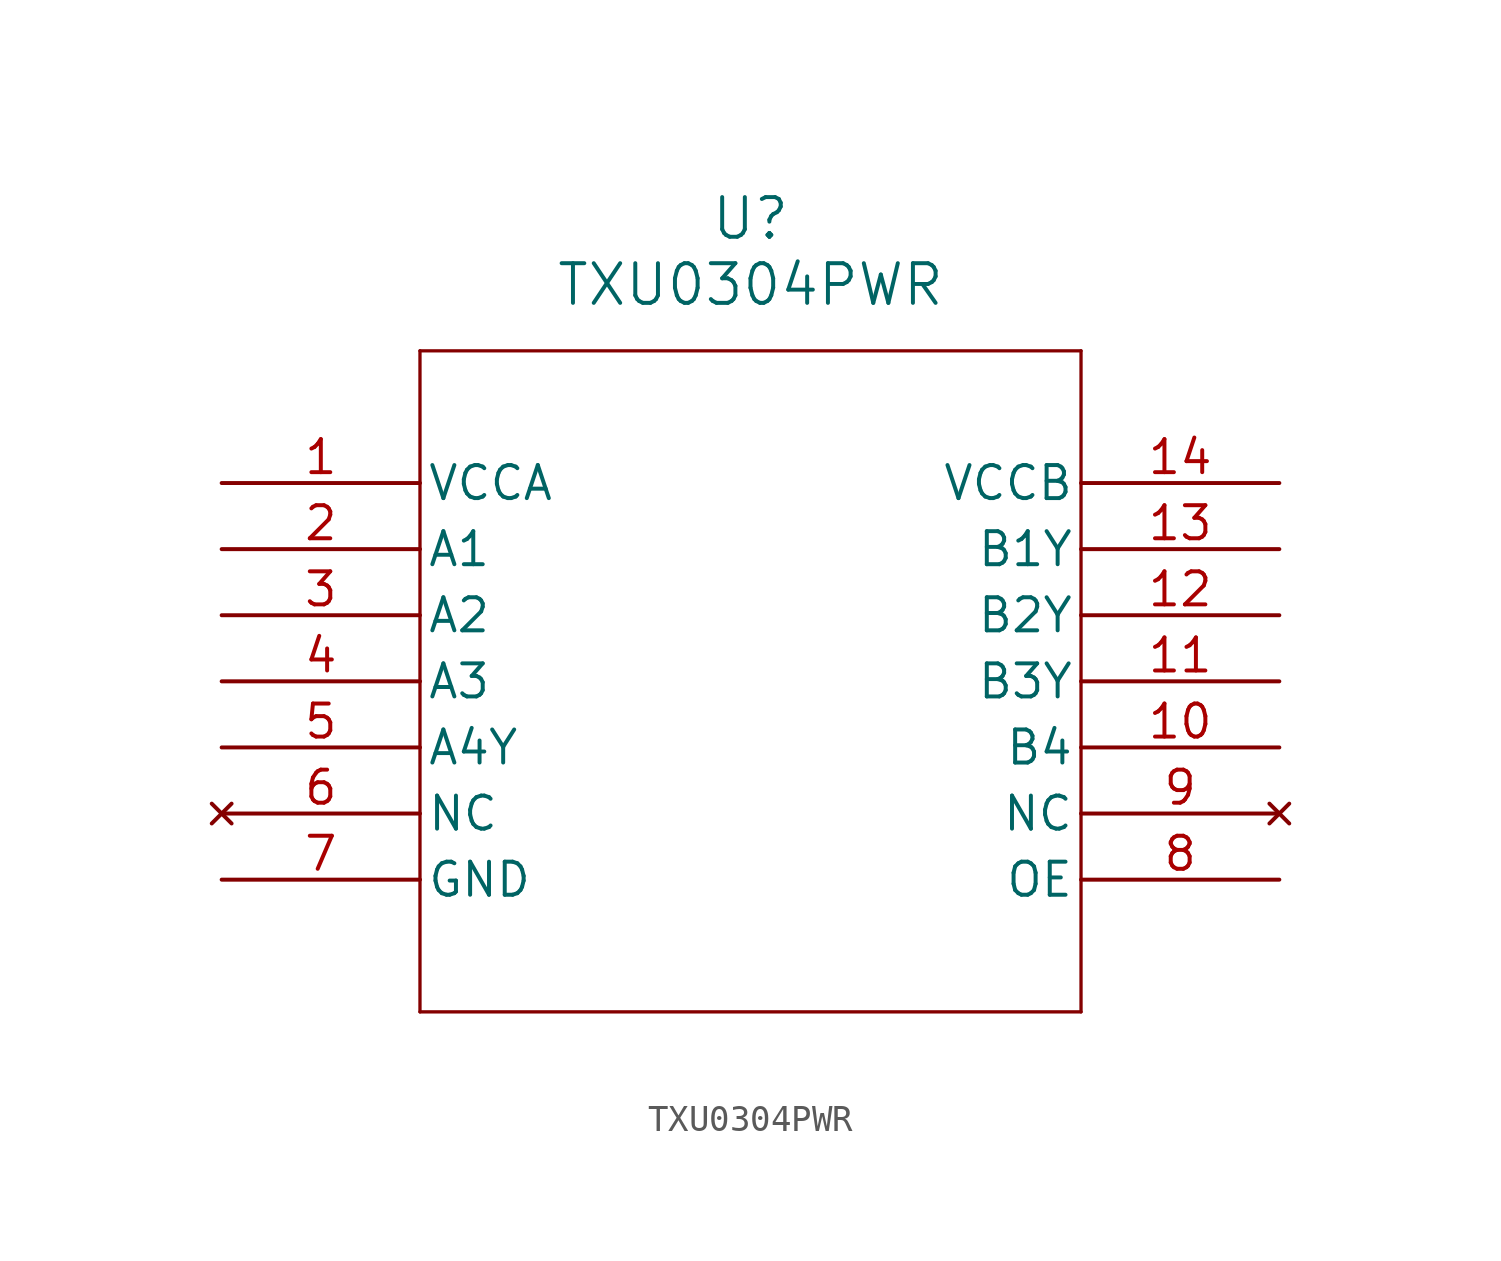
<source format=kicad_sym>
(kicad_symbol_lib
  (version 20211014)
  (generator kicad_symbol_editor)
  (symbol "TXU0304PWR"
    (pin_names
      (offset 0.254))
    (property "Reference" "U"
      (at 20.32 10.16 0)
      (effects (font (size 1.524 1.524))))
    (property "Value" "TXU0304PWR"
      (at 20.32 7.62 0)
      (effects (font (size 1.524 1.524))))
    (symbol "TXU0304PWR_0_1"
      (polyline (pts (xy 7.62 5.08) (xy 7.62 -20.32)) (stroke (width 0.127) (type default) (color 0 0 0 0)) (fill (type none)))
      (polyline (pts (xy 7.62 -20.32) (xy 33.02 -20.32)) (stroke (width 0.127) (type default) (color 0 0 0 0)) (fill (type none)))
      (polyline (pts (xy 33.02 -20.32) (xy 33.02 5.08)) (stroke (width 0.127) (type default) (color 0 0 0 0)) (fill (type none)))
      (polyline (pts (xy 33.02 5.08) (xy 7.62 5.08)) (stroke (width 0.127) (type default) (color 0 0 0 0)) (fill (type none)))
      (pin power_in line (at 0 0 0) (length 7.62) (name "VCCA" (effects (font (size 1.27 1.27)))) (number "1" (effects (font (size 1.27 1.27)))))
      (pin input line (at 0 -2.54 0) (length 7.62) (name "A1" (effects (font (size 1.27 1.27)))) (number "2" (effects (font (size 1.27 1.27)))))
      (pin input line (at 0 -5.08 0) (length 7.62) (name "A2" (effects (font (size 1.27 1.27)))) (number "3" (effects (font (size 1.27 1.27)))))
      (pin input line (at 0 -7.62 0) (length 7.62) (name "A3" (effects (font (size 1.27 1.27)))) (number "4" (effects (font (size 1.27 1.27)))))
      (pin output line (at 0 -10.16 0) (length 7.62) (name "A4Y" (effects (font (size 1.27 1.27)))) (number "5" (effects (font (size 1.27 1.27)))))
      (pin no_connect line (at 0 -12.7 0) (length 7.62) (name "NC" (effects (font (size 1.27 1.27)))) (number "6" (effects (font (size 1.27 1.27)))))
      (pin power_out line (at 0 -15.24 0) (length 7.62) (name "GND" (effects (font (size 1.27 1.27)))) (number "7" (effects (font (size 1.27 1.27)))))
      (pin input line (at 40.64 -15.24 180) (length 7.62) (name "OE" (effects (font (size 1.27 1.27)))) (number "8" (effects (font (size 1.27 1.27)))))
      (pin no_connect line (at 40.64 -12.7 180) (length 7.62) (name "NC" (effects (font (size 1.27 1.27)))) (number "9" (effects (font (size 1.27 1.27)))))
      (pin input line (at 40.64 -10.16 180) (length 7.62) (name "B4" (effects (font (size 1.27 1.27)))) (number "10" (effects (font (size 1.27 1.27)))))
      (pin output line (at 40.64 -7.62 180) (length 7.62) (name "B3Y" (effects (font (size 1.27 1.27)))) (number "11" (effects (font (size 1.27 1.27)))))
      (pin output line (at 40.64 -5.08 180) (length 7.62) (name "B2Y" (effects (font (size 1.27 1.27)))) (number "12" (effects (font (size 1.27 1.27)))))
      (pin output line (at 40.64 -2.54 180) (length 7.62) (name "B1Y" (effects (font (size 1.27 1.27)))) (number "13" (effects (font (size 1.27 1.27)))))
      (pin power_in line (at 40.64 0 180) (length 7.62) (name "VCCB" (effects (font (size 1.27 1.27)))) (number "14" (effects (font (size 1.27 1.27))))))))
</source>
